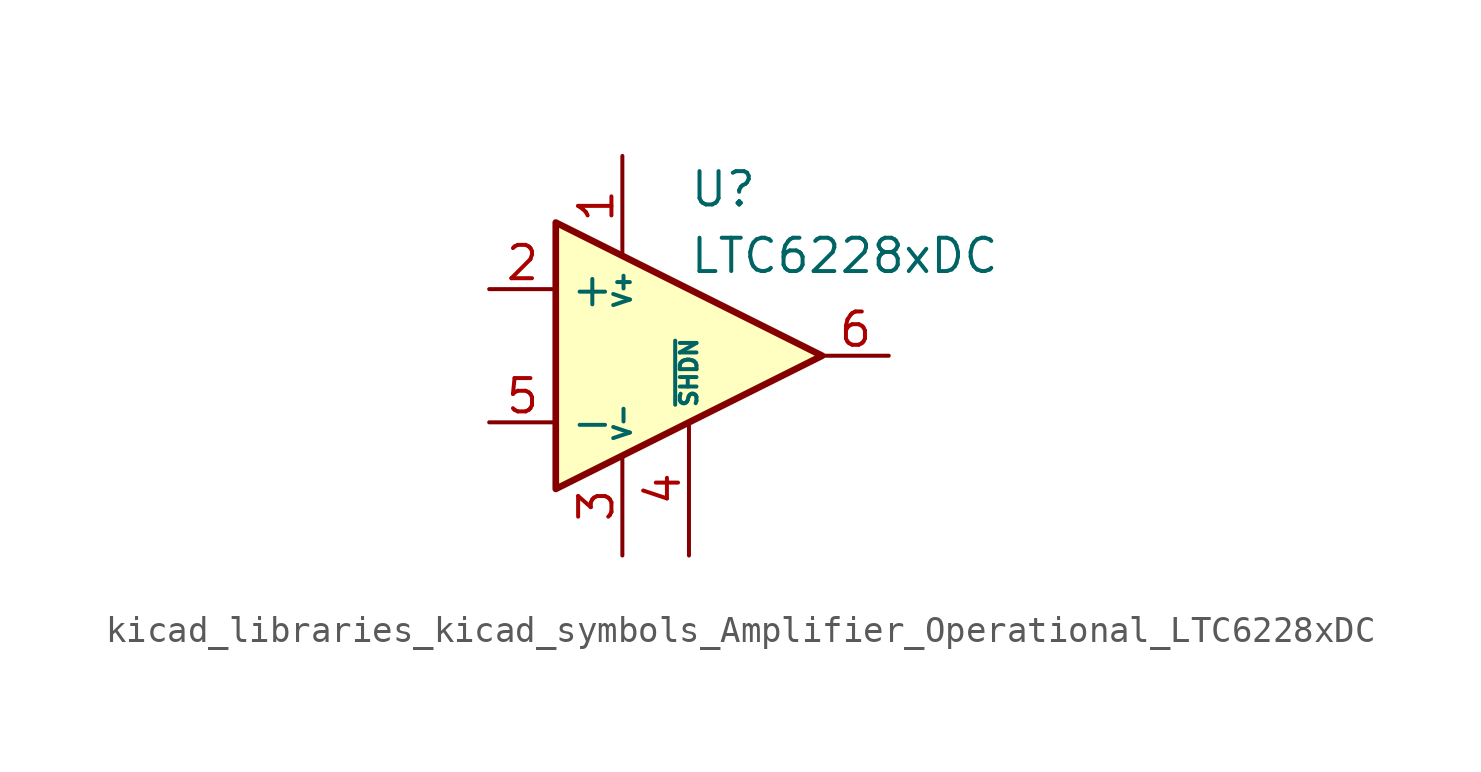
<source format=kicad_sym>
(kicad_symbol_lib
  (version 20220914)
  (generator kicad_symbol_editor)
  (symbol "kicad_libraries_kicad_symbols_Amplifier_Operational_LTC6228xDC"
    (property "Reference" "U"
      (at 0 6.35 0)
      (effects (font (size 1.27 1.27)) (justify left)))
    (property "Value" "LTC6228xDC"
      (at 0 3.81 0)
      (effects (font (size 1.27 1.27)) (justify left)))
    (symbol "kicad_libraries_kicad_symbols_Amplifier_Operational_LTC6228xDC_0_1"
      (polyline (pts (xy 5.08 0) (xy -5.08 5.08) (xy -5.08 -5.08) (xy 5.08 0)) (stroke (width 0.254) (type default)) (fill (type background))))
    (symbol "kicad_libraries_kicad_symbols_Amplifier_Operational_LTC6228xDC_1_1"
      (pin power_in line (at -2.54 7.62 270) (length 3.81) (name "V+" (effects (font (size 0.635 0.635)))) (number "1" (effects (font (size 1.27 1.27)))))
      (pin input line (at -7.62 2.54 0) (length 2.54) (name "+" (effects (font (size 1.27 1.27)))) (number "2" (effects (font (size 1.27 1.27)))))
      (pin power_in line (at -2.54 -7.62 90) (length 3.81) (name "V-" (effects (font (size 0.635 0.635)))) (number "3" (effects (font (size 1.27 1.27)))))
      (pin input line (at 0 -7.62 90) (length 5.08) (name "~{SHDN}" (effects (font (size 0.635 0.635)))) (number "4" (effects (font (size 1.27 1.27)))))
      (pin input line (at -7.62 -2.54 0) (length 2.54) (name "-" (effects (font (size 1.27 1.27)))) (number "5" (effects (font (size 1.27 1.27)))))
      (pin output line (at 7.62 0 180) (length 2.54) (name "~" (effects (font (size 1.27 1.27)))) (number "6" (effects (font (size 1.27 1.27)))))
      (pin passive line (at -2.54 -7.62 90) (length 3.81) hide (name "V-" (effects (font (size 0.635 0.635)))) (number "7" (effects (font (size 1.27 1.27))))))))
</source>
